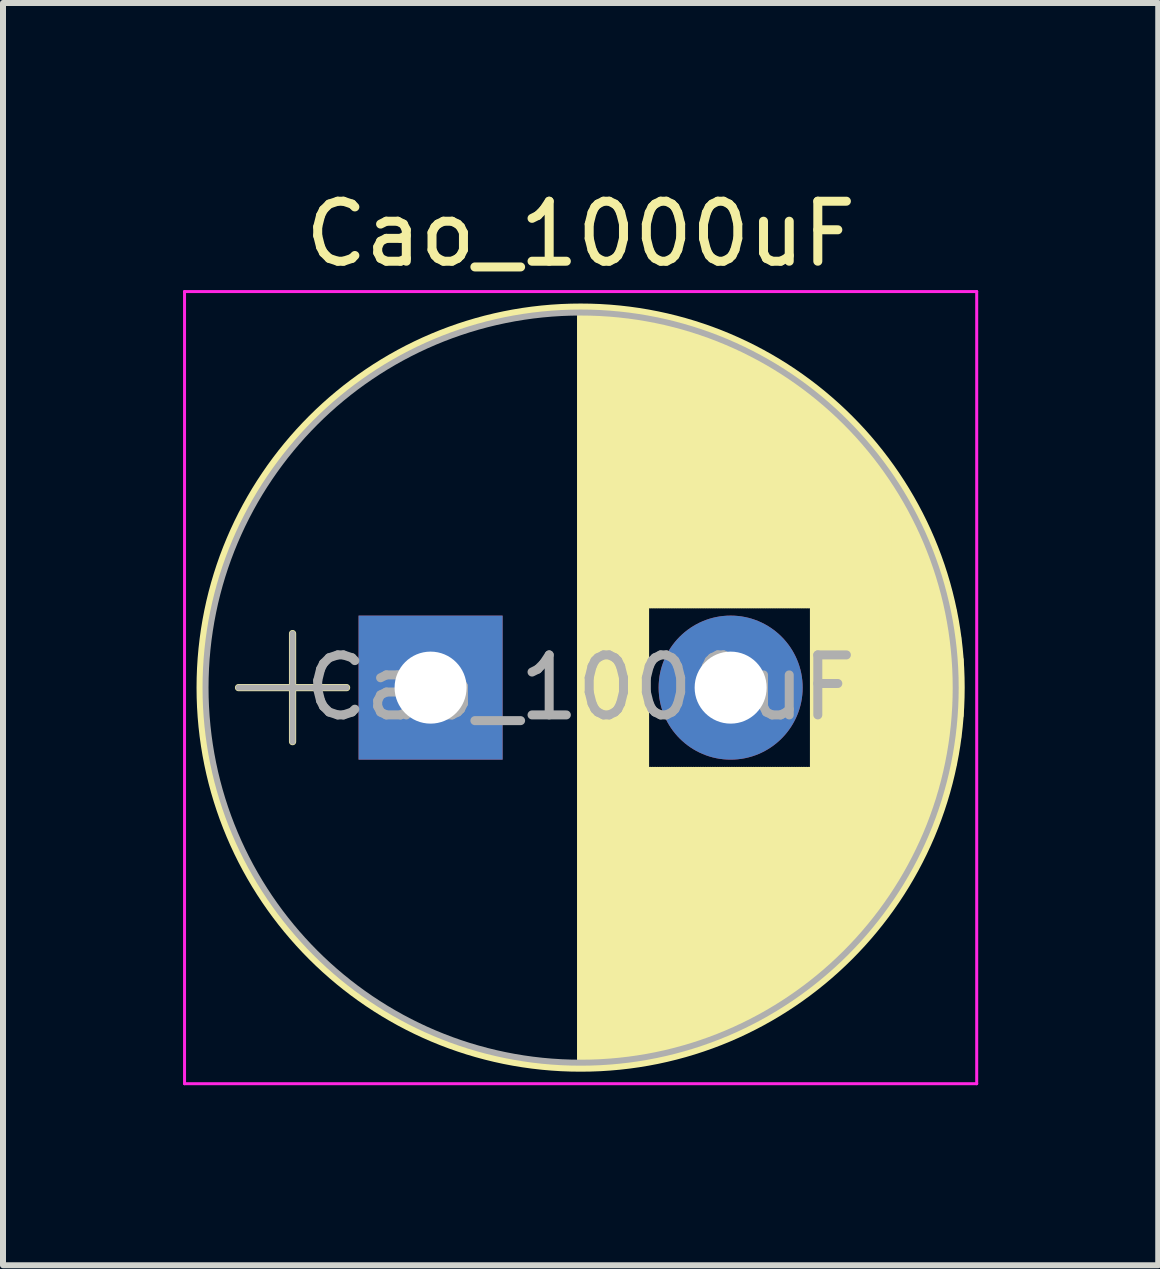
<source format=kicad_pcb>
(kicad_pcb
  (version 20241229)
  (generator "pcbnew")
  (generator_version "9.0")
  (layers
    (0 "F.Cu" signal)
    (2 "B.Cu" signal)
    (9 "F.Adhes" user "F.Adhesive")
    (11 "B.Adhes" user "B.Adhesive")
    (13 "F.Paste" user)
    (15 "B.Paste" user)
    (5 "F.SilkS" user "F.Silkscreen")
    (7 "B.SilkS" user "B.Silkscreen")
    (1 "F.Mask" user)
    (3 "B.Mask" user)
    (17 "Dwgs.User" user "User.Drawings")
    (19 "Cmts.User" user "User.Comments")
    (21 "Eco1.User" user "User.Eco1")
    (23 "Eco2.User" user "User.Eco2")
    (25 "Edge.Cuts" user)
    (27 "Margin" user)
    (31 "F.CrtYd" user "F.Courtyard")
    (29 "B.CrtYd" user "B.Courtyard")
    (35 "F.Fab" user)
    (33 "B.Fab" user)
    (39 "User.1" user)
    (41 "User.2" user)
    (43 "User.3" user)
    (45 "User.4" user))
  (footprint "Cao_1000uF"
    (layer "F.Cu")
    (at 4.125 8.408)
    (property "Reference" "Cao_1000uF" (at 2.5 -7.56 0) (layer "F.SilkS") (effects (font (size 1 1) (thickness 0.15))))
    (attr through_hole)
    (fp_line (start -3.2 0) (end -1.4 0) (stroke (width 0.12) (type solid)) (layer "F.SilkS"))
    (fp_line (start -2.3 -0.9) (end -2.3 0.9) (stroke (width 0.12) (type solid)) (layer "F.SilkS"))
    (fp_line (start 2.5 -6.3) (end 2.5 6.3) (stroke (width 0.12) (type solid)) (layer "F.SilkS"))
    (fp_line (start 2.54 -6.3) (end 2.54 6.3) (stroke (width 0.12) (type solid)) (layer "F.SilkS"))
    (fp_line (start 2.58 -6.3) (end 2.58 6.3) (stroke (width 0.12) (type solid)) (layer "F.SilkS"))
    (fp_line (start 2.62 -6.299) (end 2.62 6.299) (stroke (width 0.12) (type solid)) (layer "F.SilkS"))
    (fp_line (start 2.66 -6.298) (end 2.66 6.298) (stroke (width 0.12) (type solid)) (layer "F.SilkS"))
    (fp_line (start 2.7 -6.297) (end 2.7 6.297) (stroke (width 0.12) (type solid)) (layer "F.SilkS"))
    (fp_line (start 2.74 -6.296) (end 2.74 6.296) (stroke (width 0.12) (type solid)) (layer "F.SilkS"))
    (fp_line (start 2.78 -6.294) (end 2.78 6.294) (stroke (width 0.12) (type solid)) (layer "F.SilkS"))
    (fp_line (start 2.82 -6.292) (end 2.82 6.292) (stroke (width 0.12) (type solid)) (layer "F.SilkS"))
    (fp_line (start 2.86 -6.29) (end 2.86 6.29) (stroke (width 0.12) (type solid)) (layer "F.SilkS"))
    (fp_line (start 2.9 -6.288) (end 2.9 6.288) (stroke (width 0.12) (type solid)) (layer "F.SilkS"))
    (fp_line (start 2.94 -6.285) (end 2.94 6.285) (stroke (width 0.12) (type solid)) (layer "F.SilkS"))
    (fp_line (start 2.98 -6.282) (end 2.98 6.282) (stroke (width 0.12) (type solid)) (layer "F.SilkS"))
    (fp_line (start 3.02 -6.279) (end 3.02 6.279) (stroke (width 0.12) (type solid)) (layer "F.SilkS"))
    (fp_line (start 3.06 -6.276) (end 3.06 6.276) (stroke (width 0.12) (type solid)) (layer "F.SilkS"))
    (fp_line (start 3.1 -6.272) (end 3.1 6.272) (stroke (width 0.12) (type solid)) (layer "F.SilkS"))
    (fp_line (start 3.14 -6.268) (end 3.14 6.268) (stroke (width 0.12) (type solid)) (layer "F.SilkS"))
    (fp_line (start 3.18 -6.264) (end 3.18 6.264) (stroke (width 0.12) (type solid)) (layer "F.SilkS"))
    (fp_line (start 3.221 -6.259) (end 3.221 6.259) (stroke (width 0.12) (type solid)) (layer "F.SilkS"))
    (fp_line (start 3.261 -6.255) (end 3.261 6.255) (stroke (width 0.12) (type solid)) (layer "F.SilkS"))
    (fp_line (start 3.301 -6.25) (end 3.301 6.25) (stroke (width 0.12) (type solid)) (layer "F.SilkS"))
    (fp_line (start 3.341 -6.245) (end 3.341 6.245) (stroke (width 0.12) (type solid)) (layer "F.SilkS"))
    (fp_line (start 3.381 -6.239) (end 3.381 6.239) (stroke (width 0.12) (type solid)) (layer "F.SilkS"))
    (fp_line (start 3.421 -6.233) (end 3.421 6.233) (stroke (width 0.12) (type solid)) (layer "F.SilkS"))
    (fp_line (start 3.461 -6.227) (end 3.461 6.227) (stroke (width 0.12) (type solid)) (layer "F.SilkS"))
    (fp_line (start 3.501 -6.221) (end 3.501 6.221) (stroke (width 0.12) (type solid)) (layer "F.SilkS"))
    (fp_line (start 3.541 -6.215) (end 3.541 6.215) (stroke (width 0.12) (type solid)) (layer "F.SilkS"))
    (fp_line (start 3.581 -6.208) (end 3.581 6.208) (stroke (width 0.12) (type solid)) (layer "F.SilkS"))
    (fp_line (start 3.621 -6.201) (end 3.621 -1.38) (stroke (width 0.12) (type solid)) (layer "F.SilkS"))
    (fp_line (start 3.621 1.38) (end 3.621 6.201) (stroke (width 0.12) (type solid)) (layer "F.SilkS"))
    (fp_line (start 3.661 -6.193) (end 3.661 -1.38) (stroke (width 0.12) (type solid)) (layer "F.SilkS"))
    (fp_line (start 3.661 1.38) (end 3.661 6.193) (stroke (width 0.12) (type solid)) (layer "F.SilkS"))
    (fp_line (start 3.701 -6.186) (end 3.701 -1.38) (stroke (width 0.12) (type solid)) (layer "F.SilkS"))
    (fp_line (start 3.701 1.38) (end 3.701 6.186) (stroke (width 0.12) (type solid)) (layer "F.SilkS"))
    (fp_line (start 3.741 -6.178) (end 3.741 -1.38) (stroke (width 0.12) (type solid)) (layer "F.SilkS"))
    (fp_line (start 3.741 1.38) (end 3.741 6.178) (stroke (width 0.12) (type solid)) (layer "F.SilkS"))
    (fp_line (start 3.781 -6.17) (end 3.781 -1.38) (stroke (width 0.12) (type solid)) (layer "F.SilkS"))
    (fp_line (start 3.781 1.38) (end 3.781 6.17) (stroke (width 0.12) (type solid)) (layer "F.SilkS"))
    (fp_line (start 3.821 -6.162) (end 3.821 -1.38) (stroke (width 0.12) (type solid)) (layer "F.SilkS"))
    (fp_line (start 3.821 1.38) (end 3.821 6.162) (stroke (width 0.12) (type solid)) (layer "F.SilkS"))
    (fp_line (start 3.861 -6.153) (end 3.861 -1.38) (stroke (width 0.12) (type solid)) (layer "F.SilkS"))
    (fp_line (start 3.861 1.38) (end 3.861 6.153) (stroke (width 0.12) (type solid)) (layer "F.SilkS"))
    (fp_line (start 3.901 -6.144) (end 3.901 -1.38) (stroke (width 0.12) (type solid)) (layer "F.SilkS"))
    (fp_line (start 3.901 1.38) (end 3.901 6.144) (stroke (width 0.12) (type solid)) (layer "F.SilkS"))
    (fp_line (start 3.941 -6.135) (end 3.941 -1.38) (stroke (width 0.12) (type solid)) (layer "F.SilkS"))
    (fp_line (start 3.941 1.38) (end 3.941 6.135) (stroke (width 0.12) (type solid)) (layer "F.SilkS"))
    (fp_line (start 3.981 -6.125) (end 3.981 -1.38) (stroke (width 0.12) (type solid)) (layer "F.SilkS"))
    (fp_line (start 3.981 1.38) (end 3.981 6.125) (stroke (width 0.12) (type solid)) (layer "F.SilkS"))
    (fp_line (start 4.021 -6.116) (end 4.021 -1.38) (stroke (width 0.12) (type solid)) (layer "F.SilkS"))
    (fp_line (start 4.021 1.38) (end 4.021 6.116) (stroke (width 0.12) (type solid)) (layer "F.SilkS"))
    (fp_line (start 4.061 -6.106) (end 4.061 -1.38) (stroke (width 0.12) (type solid)) (layer "F.SilkS"))
    (fp_line (start 4.061 1.38) (end 4.061 6.106) (stroke (width 0.12) (type solid)) (layer "F.SilkS"))
    (fp_line (start 4.101 -6.095) (end 4.101 -1.38) (stroke (width 0.12) (type solid)) (layer "F.SilkS"))
    (fp_line (start 4.101 1.38) (end 4.101 6.095) (stroke (width 0.12) (type solid)) (layer "F.SilkS"))
    (fp_line (start 4.141 -6.085) (end 4.141 -1.38) (stroke (width 0.12) (type solid)) (layer "F.SilkS"))
    (fp_line (start 4.141 1.38) (end 4.141 6.085) (stroke (width 0.12) (type solid)) (layer "F.SilkS"))
    (fp_line (start 4.181 -6.074) (end 4.181 -1.38) (stroke (width 0.12) (type solid)) (layer "F.SilkS"))
    (fp_line (start 4.181 1.38) (end 4.181 6.074) (stroke (width 0.12) (type solid)) (layer "F.SilkS"))
    (fp_line (start 4.221 -6.063) (end 4.221 -1.38) (stroke (width 0.12) (type solid)) (layer "F.SilkS"))
    (fp_line (start 4.221 1.38) (end 4.221 6.063) (stroke (width 0.12) (type solid)) (layer "F.SilkS"))
    (fp_line (start 4.261 -6.051) (end 4.261 -1.38) (stroke (width 0.12) (type solid)) (layer "F.SilkS"))
    (fp_line (start 4.261 1.38) (end 4.261 6.051) (stroke (width 0.12) (type solid)) (layer "F.SilkS"))
    (fp_line (start 4.301 -6.04) (end 4.301 -1.38) (stroke (width 0.12) (type solid)) (layer "F.SilkS"))
    (fp_line (start 4.301 1.38) (end 4.301 6.04) (stroke (width 0.12) (type solid)) (layer "F.SilkS"))
    (fp_line (start 4.341 -6.028) (end 4.341 -1.38) (stroke (width 0.12) (type solid)) (layer "F.SilkS"))
    (fp_line (start 4.341 1.38) (end 4.341 6.028) (stroke (width 0.12) (type solid)) (layer "F.SilkS"))
    (fp_line (start 4.381 -6.015) (end 4.381 -1.38) (stroke (width 0.12) (type solid)) (layer "F.SilkS"))
    (fp_line (start 4.381 1.38) (end 4.381 6.015) (stroke (width 0.12) (type solid)) (layer "F.SilkS"))
    (fp_line (start 4.421 -6.003) (end 4.421 -1.38) (stroke (width 0.12) (type solid)) (layer "F.SilkS"))
    (fp_line (start 4.421 1.38) (end 4.421 6.003) (stroke (width 0.12) (type solid)) (layer "F.SilkS"))
    (fp_line (start 4.461 -5.99) (end 4.461 -1.38) (stroke (width 0.12) (type solid)) (layer "F.SilkS"))
    (fp_line (start 4.461 1.38) (end 4.461 5.99) (stroke (width 0.12) (type solid)) (layer "F.SilkS"))
    (fp_line (start 4.501 -5.977) (end 4.501 -1.38) (stroke (width 0.12) (type solid)) (layer "F.SilkS"))
    (fp_line (start 4.501 1.38) (end 4.501 5.977) (stroke (width 0.12) (type solid)) (layer "F.SilkS"))
    (fp_line (start 4.541 -5.963) (end 4.541 -1.38) (stroke (width 0.12) (type solid)) (layer "F.SilkS"))
    (fp_line (start 4.541 1.38) (end 4.541 5.963) (stroke (width 0.12) (type solid)) (layer "F.SilkS"))
    (fp_line (start 4.581 -5.95) (end 4.581 -1.38) (stroke (width 0.12) (type solid)) (layer "F.SilkS"))
    (fp_line (start 4.581 1.38) (end 4.581 5.95) (stroke (width 0.12) (type solid)) (layer "F.SilkS"))
    (fp_line (start 4.621 -5.936) (end 4.621 -1.38) (stroke (width 0.12) (type solid)) (layer "F.SilkS"))
    (fp_line (start 4.621 1.38) (end 4.621 5.936) (stroke (width 0.12) (type solid)) (layer "F.SilkS"))
    (fp_line (start 4.661 -5.921) (end 4.661 -1.38) (stroke (width 0.12) (type solid)) (layer "F.SilkS"))
    (fp_line (start 4.661 1.38) (end 4.661 5.921) (stroke (width 0.12) (type solid)) (layer "F.SilkS"))
    (fp_line (start 4.701 -5.907) (end 4.701 -1.38) (stroke (width 0.12) (type solid)) (layer "F.SilkS"))
    (fp_line (start 4.701 1.38) (end 4.701 5.907) (stroke (width 0.12) (type solid)) (layer "F.SilkS"))
    (fp_line (start 4.741 -5.892) (end 4.741 -1.38) (stroke (width 0.12) (type solid)) (layer "F.SilkS"))
    (fp_line (start 4.741 1.38) (end 4.741 5.892) (stroke (width 0.12) (type solid)) (layer "F.SilkS"))
    (fp_line (start 4.781 -5.876) (end 4.781 -1.38) (stroke (width 0.12) (type solid)) (layer "F.SilkS"))
    (fp_line (start 4.781 1.38) (end 4.781 5.876) (stroke (width 0.12) (type solid)) (layer "F.SilkS"))
    (fp_line (start 4.821 -5.861) (end 4.821 -1.38) (stroke (width 0.12) (type solid)) (layer "F.SilkS"))
    (fp_line (start 4.821 1.38) (end 4.821 5.861) (stroke (width 0.12) (type solid)) (layer "F.SilkS"))
    (fp_line (start 4.861 -5.845) (end 4.861 -1.38) (stroke (width 0.12) (type solid)) (layer "F.SilkS"))
    (fp_line (start 4.861 1.38) (end 4.861 5.845) (stroke (width 0.12) (type solid)) (layer "F.SilkS"))
    (fp_line (start 4.901 -5.829) (end 4.901 -1.38) (stroke (width 0.12) (type solid)) (layer "F.SilkS"))
    (fp_line (start 4.901 1.38) (end 4.901 5.829) (stroke (width 0.12) (type solid)) (layer "F.SilkS"))
    (fp_line (start 4.941 -5.812) (end 4.941 -1.38) (stroke (width 0.12) (type solid)) (layer "F.SilkS"))
    (fp_line (start 4.941 1.38) (end 4.941 5.812) (stroke (width 0.12) (type solid)) (layer "F.SilkS"))
    (fp_line (start 4.981 -5.795) (end 4.981 -1.38) (stroke (width 0.12) (type solid)) (layer "F.SilkS"))
    (fp_line (start 4.981 1.38) (end 4.981 5.795) (stroke (width 0.12) (type solid)) (layer "F.SilkS"))
    (fp_line (start 5.021 -5.778) (end 5.021 -1.38) (stroke (width 0.12) (type solid)) (layer "F.SilkS"))
    (fp_line (start 5.021 1.38) (end 5.021 5.778) (stroke (width 0.12) (type solid)) (layer "F.SilkS"))
    (fp_line (start 5.061 -5.761) (end 5.061 -1.38) (stroke (width 0.12) (type solid)) (layer "F.SilkS"))
    (fp_line (start 5.061 1.38) (end 5.061 5.761) (stroke (width 0.12) (type solid)) (layer "F.SilkS"))
    (fp_line (start 5.101 -5.743) (end 5.101 -1.38) (stroke (width 0.12) (type solid)) (layer "F.SilkS"))
    (fp_line (start 5.101 1.38) (end 5.101 5.743) (stroke (width 0.12) (type solid)) (layer "F.SilkS"))
    (fp_line (start 5.141 -5.725) (end 5.141 -1.38) (stroke (width 0.12) (type solid)) (layer "F.SilkS"))
    (fp_line (start 5.141 1.38) (end 5.141 5.725) (stroke (width 0.12) (type solid)) (layer "F.SilkS"))
    (fp_line (start 5.181 -5.706) (end 5.181 -1.38) (stroke (width 0.12) (type solid)) (layer "F.SilkS"))
    (fp_line (start 5.181 1.38) (end 5.181 5.706) (stroke (width 0.12) (type solid)) (layer "F.SilkS"))
    (fp_line (start 5.221 -5.687) (end 5.221 -1.38) (stroke (width 0.12) (type solid)) (layer "F.SilkS"))
    (fp_line (start 5.221 1.38) (end 5.221 5.687) (stroke (width 0.12) (type solid)) (layer "F.SilkS"))
    (fp_line (start 5.261 -5.668) (end 5.261 -1.38) (stroke (width 0.12) (type solid)) (layer "F.SilkS"))
    (fp_line (start 5.261 1.38) (end 5.261 5.668) (stroke (width 0.12) (type solid)) (layer "F.SilkS"))
    (fp_line (start 5.301 -5.649) (end 5.301 -1.38) (stroke (width 0.12) (type solid)) (layer "F.SilkS"))
    (fp_line (start 5.301 1.38) (end 5.301 5.649) (stroke (width 0.12) (type solid)) (layer "F.SilkS"))
    (fp_line (start 5.341 -5.629) (end 5.341 -1.38) (stroke (width 0.12) (type solid)) (layer "F.SilkS"))
    (fp_line (start 5.341 1.38) (end 5.341 5.629) (stroke (width 0.12) (type solid)) (layer "F.SilkS"))
    (fp_line (start 5.381 -5.609) (end 5.381 -1.38) (stroke (width 0.12) (type solid)) (layer "F.SilkS"))
    (fp_line (start 5.381 1.38) (end 5.381 5.609) (stroke (width 0.12) (type solid)) (layer "F.SilkS"))
    (fp_line (start 5.421 -5.588) (end 5.421 -1.38) (stroke (width 0.12) (type solid)) (layer "F.SilkS"))
    (fp_line (start 5.421 1.38) (end 5.421 5.588) (stroke (width 0.12) (type solid)) (layer "F.SilkS"))
    (fp_line (start 5.461 -5.567) (end 5.461 -1.38) (stroke (width 0.12) (type solid)) (layer "F.SilkS"))
    (fp_line (start 5.461 1.38) (end 5.461 5.567) (stroke (width 0.12) (type solid)) (layer "F.SilkS"))
    (fp_line (start 5.501 -5.546) (end 5.501 -1.38) (stroke (width 0.12) (type solid)) (layer "F.SilkS"))
    (fp_line (start 5.501 1.38) (end 5.501 5.546) (stroke (width 0.12) (type solid)) (layer "F.SilkS"))
    (fp_line (start 5.541 -5.524) (end 5.541 -1.38) (stroke (width 0.12) (type solid)) (layer "F.SilkS"))
    (fp_line (start 5.541 1.38) (end 5.541 5.524) (stroke (width 0.12) (type solid)) (layer "F.SilkS"))
    (fp_line (start 5.581 -5.502) (end 5.581 -1.38) (stroke (width 0.12) (type solid)) (layer "F.SilkS"))
    (fp_line (start 5.581 1.38) (end 5.581 5.502) (stroke (width 0.12) (type solid)) (layer "F.SilkS"))
    (fp_line (start 5.621 -5.48) (end 5.621 -1.38) (stroke (width 0.12) (type solid)) (layer "F.SilkS"))
    (fp_line (start 5.621 1.38) (end 5.621 5.48) (stroke (width 0.12) (type solid)) (layer "F.SilkS"))
    (fp_line (start 5.661 -5.457) (end 5.661 -1.38) (stroke (width 0.12) (type solid)) (layer "F.SilkS"))
    (fp_line (start 5.661 1.38) (end 5.661 5.457) (stroke (width 0.12) (type solid)) (layer "F.SilkS"))
    (fp_line (start 5.701 -5.434) (end 5.701 -1.38) (stroke (width 0.12) (type solid)) (layer "F.SilkS"))
    (fp_line (start 5.701 1.38) (end 5.701 5.434) (stroke (width 0.12) (type solid)) (layer "F.SilkS"))
    (fp_line (start 5.741 -5.41) (end 5.741 -1.38) (stroke (width 0.12) (type solid)) (layer "F.SilkS"))
    (fp_line (start 5.741 1.38) (end 5.741 5.41) (stroke (width 0.12) (type solid)) (layer "F.SilkS"))
    (fp_line (start 5.781 -5.386) (end 5.781 -1.38) (stroke (width 0.12) (type solid)) (layer "F.SilkS"))
    (fp_line (start 5.781 1.38) (end 5.781 5.386) (stroke (width 0.12) (type solid)) (layer "F.SilkS"))
    (fp_line (start 5.821 -5.362) (end 5.821 -1.38) (stroke (width 0.12) (type solid)) (layer "F.SilkS"))
    (fp_line (start 5.821 1.38) (end 5.821 5.362) (stroke (width 0.12) (type solid)) (layer "F.SilkS"))
    (fp_line (start 5.861 -5.337) (end 5.861 -1.38) (stroke (width 0.12) (type solid)) (layer "F.SilkS"))
    (fp_line (start 5.861 1.38) (end 5.861 5.337) (stroke (width 0.12) (type solid)) (layer "F.SilkS"))
    (fp_line (start 5.901 -5.312) (end 5.901 -1.38) (stroke (width 0.12) (type solid)) (layer "F.SilkS"))
    (fp_line (start 5.901 1.38) (end 5.901 5.312) (stroke (width 0.12) (type solid)) (layer "F.SilkS"))
    (fp_line (start 5.941 -5.286) (end 5.941 -1.38) (stroke (width 0.12) (type solid)) (layer "F.SilkS"))
    (fp_line (start 5.941 1.38) (end 5.941 5.286) (stroke (width 0.12) (type solid)) (layer "F.SilkS"))
    (fp_line (start 5.981 -5.26) (end 5.981 -1.38) (stroke (width 0.12) (type solid)) (layer "F.SilkS"))
    (fp_line (start 5.981 1.38) (end 5.981 5.26) (stroke (width 0.12) (type solid)) (layer "F.SilkS"))
    (fp_line (start 6.021 -5.234) (end 6.021 -1.38) (stroke (width 0.12) (type solid)) (layer "F.SilkS"))
    (fp_line (start 6.021 1.38) (end 6.021 5.234) (stroke (width 0.12) (type solid)) (layer "F.SilkS"))
    (fp_line (start 6.061 -5.207) (end 6.061 -1.38) (stroke (width 0.12) (type solid)) (layer "F.SilkS"))
    (fp_line (start 6.061 1.38) (end 6.061 5.207) (stroke (width 0.12) (type solid)) (layer "F.SilkS"))
    (fp_line (start 6.101 -5.179) (end 6.101 -1.38) (stroke (width 0.12) (type solid)) (layer "F.SilkS"))
    (fp_line (start 6.101 1.38) (end 6.101 5.179) (stroke (width 0.12) (type solid)) (layer "F.SilkS"))
    (fp_line (start 6.141 -5.151) (end 6.141 -1.38) (stroke (width 0.12) (type solid)) (layer "F.SilkS"))
    (fp_line (start 6.141 1.38) (end 6.141 5.151) (stroke (width 0.12) (type solid)) (layer "F.SilkS"))
    (fp_line (start 6.181 -5.123) (end 6.181 -1.38) (stroke (width 0.12) (type solid)) (layer "F.SilkS"))
    (fp_line (start 6.181 1.38) (end 6.181 5.123) (stroke (width 0.12) (type solid)) (layer "F.SilkS"))
    (fp_line (start 6.221 -5.094) (end 6.221 -1.38) (stroke (width 0.12) (type solid)) (layer "F.SilkS"))
    (fp_line (start 6.221 1.38) (end 6.221 5.094) (stroke (width 0.12) (type solid)) (layer "F.SilkS"))
    (fp_line (start 6.261 -5.065) (end 6.261 -1.38) (stroke (width 0.12) (type solid)) (layer "F.SilkS"))
    (fp_line (start 6.261 1.38) (end 6.261 5.065) (stroke (width 0.12) (type solid)) (layer "F.SilkS"))
    (fp_line (start 6.301 -5.035) (end 6.301 -1.38) (stroke (width 0.12) (type solid)) (layer "F.SilkS"))
    (fp_line (start 6.301 1.38) (end 6.301 5.035) (stroke (width 0.12) (type solid)) (layer "F.SilkS"))
    (fp_line (start 6.341 -5.005) (end 6.341 -1.38) (stroke (width 0.12) (type solid)) (layer "F.SilkS"))
    (fp_line (start 6.341 1.38) (end 6.341 5.005) (stroke (width 0.12) (type solid)) (layer "F.SilkS"))
    (fp_line (start 6.381 -4.975) (end 6.381 4.975) (stroke (width 0.12) (type solid)) (layer "F.SilkS"))
    (fp_line (start 6.421 -4.943) (end 6.421 4.943) (stroke (width 0.12) (type solid)) (layer "F.SilkS"))
    (fp_line (start 6.461 -4.912) (end 6.461 4.912) (stroke (width 0.12) (type solid)) (layer "F.SilkS"))
    (fp_line (start 6.501 -4.879) (end 6.501 4.879) (stroke (width 0.12) (type solid)) (layer "F.SilkS"))
    (fp_line (start 6.541 -4.847) (end 6.541 4.847) (stroke (width 0.12) (type solid)) (layer "F.SilkS"))
    (fp_line (start 6.581 -4.813) (end 6.581 4.813) (stroke (width 0.12) (type solid)) (layer "F.SilkS"))
    (fp_line (start 6.621 -4.779) (end 6.621 4.779) (stroke (width 0.12) (type solid)) (layer "F.SilkS"))
    (fp_line (start 6.661 -4.745) (end 6.661 4.745) (stroke (width 0.12) (type solid)) (layer "F.SilkS"))
    (fp_line (start 6.701 -4.71) (end 6.701 4.71) (stroke (width 0.12) (type solid)) (layer "F.SilkS"))
    (fp_line (start 6.741 -4.674) (end 6.741 4.674) (stroke (width 0.12) (type solid)) (layer "F.SilkS"))
    (fp_line (start 6.781 -4.638) (end 6.781 4.638) (stroke (width 0.12) (type solid)) (layer "F.SilkS"))
    (fp_line (start 6.821 -4.601) (end 6.821 4.601) (stroke (width 0.12) (type solid)) (layer "F.SilkS"))
    (fp_line (start 6.861 -4.563) (end 6.861 4.563) (stroke (width 0.12) (type solid)) (layer "F.SilkS"))
    (fp_line (start 6.901 -4.525) (end 6.901 4.525) (stroke (width 0.12) (type solid)) (layer "F.SilkS"))
    (fp_line (start 6.941 -4.486) (end 6.941 4.486) (stroke (width 0.12) (type solid)) (layer "F.SilkS"))
    (fp_line (start 6.981 -4.447) (end 6.981 4.447) (stroke (width 0.12) (type solid)) (layer "F.SilkS"))
    (fp_line (start 7.021 -4.406) (end 7.021 4.406) (stroke (width 0.12) (type solid)) (layer "F.SilkS"))
    (fp_line (start 7.061 -4.365) (end 7.061 4.365) (stroke (width 0.12) (type solid)) (layer "F.SilkS"))
    (fp_line (start 7.101 -4.323) (end 7.101 4.323) (stroke (width 0.12) (type solid)) (layer "F.SilkS"))
    (fp_line (start 7.141 -4.281) (end 7.141 4.281) (stroke (width 0.12) (type solid)) (layer "F.SilkS"))
    (fp_line (start 7.181 -4.238) (end 7.181 4.238) (stroke (width 0.12) (type solid)) (layer "F.SilkS"))
    (fp_line (start 7.221 -4.193) (end 7.221 4.193) (stroke (width 0.12) (type solid)) (layer "F.SilkS"))
    (fp_line (start 7.261 -4.148) (end 7.261 4.148) (stroke (width 0.12) (type solid)) (layer "F.SilkS"))
    (fp_line (start 7.301 -4.102) (end 7.301 4.102) (stroke (width 0.12) (type solid)) (layer "F.SilkS"))
    (fp_line (start 7.341 -4.056) (end 7.341 4.056) (stroke (width 0.12) (type solid)) (layer "F.SilkS"))
    (fp_line (start 7.381 -4.008) (end 7.381 4.008) (stroke (width 0.12) (type solid)) (layer "F.SilkS"))
    (fp_line (start 7.421 -3.959) (end 7.421 3.959) (stroke (width 0.12) (type solid)) (layer "F.SilkS"))
    (fp_line (start 7.461 -3.909) (end 7.461 3.909) (stroke (width 0.12) (type solid)) (layer "F.SilkS"))
    (fp_line (start 7.501 -3.859) (end 7.501 3.859) (stroke (width 0.12) (type solid)) (layer "F.SilkS"))
    (fp_line (start 7.541 -3.807) (end 7.541 3.807) (stroke (width 0.12) (type solid)) (layer "F.SilkS"))
    (fp_line (start 7.581 -3.754) (end 7.581 3.754) (stroke (width 0.12) (type solid)) (layer "F.SilkS"))
    (fp_line (start 7.621 -3.7) (end 7.621 3.7) (stroke (width 0.12) (type solid)) (layer "F.SilkS"))
    (fp_line (start 7.661 -3.644) (end 7.661 3.644) (stroke (width 0.12) (type solid)) (layer "F.SilkS"))
    (fp_line (start 7.701 -3.588) (end 7.701 3.588) (stroke (width 0.12) (type solid)) (layer "F.SilkS"))
    (fp_line (start 7.741 -3.53) (end 7.741 3.53) (stroke (width 0.12) (type solid)) (layer "F.SilkS"))
    (fp_line (start 7.781 -3.47) (end 7.781 3.47) (stroke (width 0.12) (type solid)) (layer "F.SilkS"))
    (fp_line (start 7.821 -3.409) (end 7.821 3.409) (stroke (width 0.12) (type solid)) (layer "F.SilkS"))
    (fp_line (start 7.861 -3.347) (end 7.861 3.347) (stroke (width 0.12) (type solid)) (layer "F.SilkS"))
    (fp_line (start 7.901 -3.282) (end 7.901 3.282) (stroke (width 0.12) (type solid)) (layer "F.SilkS"))
    (fp_line (start 7.941 -3.217) (end 7.941 3.217) (stroke (width 0.12) (type solid)) (layer "F.SilkS"))
    (fp_line (start 7.981 -3.149) (end 7.981 3.149) (stroke (width 0.12) (type solid)) (layer "F.SilkS"))
    (fp_line (start 8.021 -3.079) (end 8.021 3.079) (stroke (width 0.12) (type solid)) (layer "F.SilkS"))
    (fp_line (start 8.061 -3.007) (end 8.061 3.007) (stroke (width 0.12) (type solid)) (layer "F.SilkS"))
    (fp_line (start 8.101 -2.933) (end 8.101 2.933) (stroke (width 0.12) (type solid)) (layer "F.SilkS"))
    (fp_line (start 8.141 -2.856) (end 8.141 2.856) (stroke (width 0.12) (type solid)) (layer "F.SilkS"))
    (fp_line (start 8.181 -2.777) (end 8.181 2.777) (stroke (width 0.12) (type solid)) (layer "F.SilkS"))
    (fp_line (start 8.221 -2.695) (end 8.221 2.695) (stroke (width 0.12) (type solid)) (layer "F.SilkS"))
    (fp_line (start 8.261 -2.61) (end 8.261 2.61) (stroke (width 0.12) (type solid)) (layer "F.SilkS"))
    (fp_line (start 8.301 -2.521) (end 8.301 2.521) (stroke (width 0.12) (type solid)) (layer "F.SilkS"))
    (fp_line (start 8.341 -2.428) (end 8.341 2.428) (stroke (width 0.12) (type solid)) (layer "F.SilkS"))
    (fp_line (start 8.381 -2.331) (end 8.381 2.331) (stroke (width 0.12) (type solid)) (layer "F.SilkS"))
    (fp_line (start 8.421 -2.23) (end 8.421 2.23) (stroke (width 0.12) (type solid)) (layer "F.SilkS"))
    (fp_line (start 8.461 -2.122) (end 8.461 2.122) (stroke (width 0.12) (type solid)) (layer "F.SilkS"))
    (fp_line (start 8.501 -2.009) (end 8.501 2.009) (stroke (width 0.12) (type solid)) (layer "F.SilkS"))
    (fp_line (start 8.541 -1.888) (end 8.541 1.888) (stroke (width 0.12) (type solid)) (layer "F.SilkS"))
    (fp_line (start 8.581 -1.757) (end 8.581 1.757) (stroke (width 0.12) (type solid)) (layer "F.SilkS"))
    (fp_line (start 8.621 -1.616) (end 8.621 1.616) (stroke (width 0.12) (type solid)) (layer "F.SilkS"))
    (fp_line (start 8.661 -1.46) (end 8.661 1.46) (stroke (width 0.12) (type solid)) (layer "F.SilkS"))
    (fp_line (start 8.701 -1.285) (end 8.701 1.285) (stroke (width 0.12) (type solid)) (layer "F.SilkS"))
    (fp_line (start 8.741 -1.082) (end 8.741 1.082) (stroke (width 0.12) (type solid)) (layer "F.SilkS"))
    (fp_line (start 8.781 -0.831) (end 8.781 0.831) (stroke (width 0.12) (type solid)) (layer "F.SilkS"))
    (fp_line (start 8.821 -0.464) (end 8.821 0.464) (stroke (width 0.12) (type solid)) (layer "F.SilkS"))
    (fp_circle (center 2.5 0) (end 8.84 0) (stroke (width 0.12) (type solid)) (fill no) (layer "F.SilkS"))
    (fp_line (start -4.1 -6.6) (end -4.1 6.6) (stroke (width 0.05) (type solid)) (layer "F.CrtYd"))
    (fp_line (start -4.1 6.6) (end 9.1 6.6) (stroke (width 0.05) (type solid)) (layer "F.CrtYd"))
    (fp_line (start 9.1 -6.6) (end -4.1 -6.6) (stroke (width 0.05) (type solid)) (layer "F.CrtYd"))
    (fp_line (start 9.1 6.6) (end 9.1 -6.6) (stroke (width 0.05) (type solid)) (layer "F.CrtYd"))
    (fp_line (start -3.2 0) (end -1.4 0) (stroke (width 0.1) (type solid)) (layer "F.Fab"))
    (fp_line (start -2.3 -0.9) (end -2.3 0.9) (stroke (width 0.1) (type solid)) (layer "F.Fab"))
    (fp_circle (center 2.5 0) (end 8.75 0) (stroke (width 0.1) (type solid)) (fill no) (layer "F.Fab"))
    (fp_text user "${REFERENCE}" (at 2.5 0 0) (layer "F.Fab") (effects (font (size 1 1) (thickness 0.15))))
    (pad "1" thru_hole rect (at 0 0) (size 2.4 2.4) (drill 1.2) (layers "*.Cu" "*.Mask"))
    (pad "2" thru_hole circle (at 5 0) (size 2.4 2.4) (drill 1.2) (layers "*.Cu" "*.Mask")))
  (gr_rect
    (start -3 -3)
    (end 16.25 18.033)
    (stroke (width 0.1) (type default))
    (fill no)
    (layer "Edge.Cuts")))
</source>
